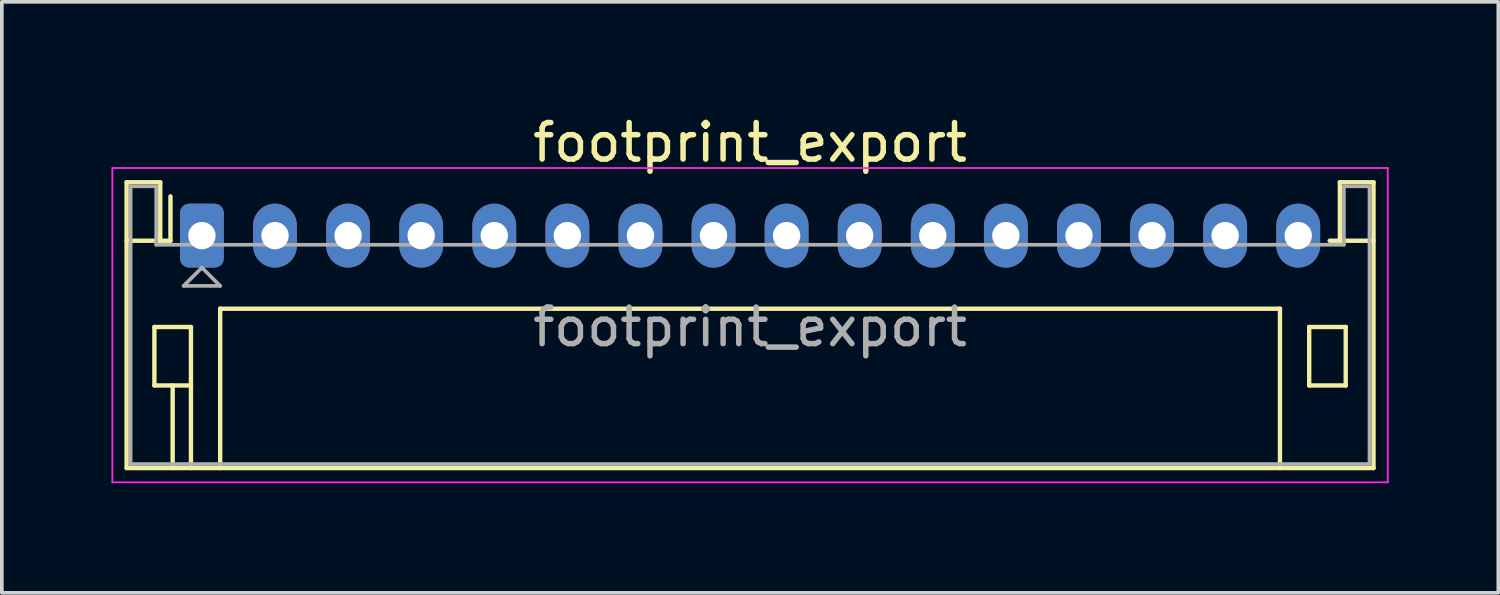
<source format=kicad_pcb>
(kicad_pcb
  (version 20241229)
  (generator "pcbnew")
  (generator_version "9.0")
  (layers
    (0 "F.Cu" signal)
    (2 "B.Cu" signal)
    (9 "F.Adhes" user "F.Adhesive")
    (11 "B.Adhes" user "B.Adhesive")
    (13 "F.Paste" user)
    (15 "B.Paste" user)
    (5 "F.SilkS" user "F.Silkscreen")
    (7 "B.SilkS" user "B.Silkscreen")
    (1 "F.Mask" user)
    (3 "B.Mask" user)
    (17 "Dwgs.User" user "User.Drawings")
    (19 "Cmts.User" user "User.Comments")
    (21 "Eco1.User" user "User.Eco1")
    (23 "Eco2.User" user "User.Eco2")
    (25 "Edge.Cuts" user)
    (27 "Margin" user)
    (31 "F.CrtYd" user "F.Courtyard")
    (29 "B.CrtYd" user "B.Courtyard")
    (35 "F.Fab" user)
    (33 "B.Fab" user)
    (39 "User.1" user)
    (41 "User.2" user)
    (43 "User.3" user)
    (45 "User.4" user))
  (footprint "footprint_export"
    (layer "F.Cu")
    (at 2.475 3.398)
    (property "Reference" "footprint_export" (at 15 -2.55 0) (layer "F.SilkS") (effects (font (size 1 1) (thickness 0.15))))
    (attr through_hole)
    (fp_line (start -2.06 -1.46) (end -2.06 6.36) (stroke (width 0.12) (type solid)) (layer "F.SilkS"))
    (fp_line (start -2.06 0.14) (end -1.14 0.14) (stroke (width 0.12) (type solid)) (layer "F.SilkS"))
    (fp_line (start -2.06 6.36) (end 32.06 6.36) (stroke (width 0.12) (type solid)) (layer "F.SilkS"))
    (fp_line (start -1.3 2.5) (end -1.3 4.1) (stroke (width 0.12) (type solid)) (layer "F.SilkS"))
    (fp_line (start -1.3 4.1) (end -0.3 4.1) (stroke (width 0.12) (type solid)) (layer "F.SilkS"))
    (fp_line (start -1.14 -1.46) (end -2.06 -1.46) (stroke (width 0.12) (type solid)) (layer "F.SilkS"))
    (fp_line (start -1.14 0.14) (end -1.14 -1.46) (stroke (width 0.12) (type solid)) (layer "F.SilkS"))
    (fp_line (start -0.86 0.14) (end -1.14 0.14) (stroke (width 0.12) (type solid)) (layer "F.SilkS"))
    (fp_line (start -0.86 0.14) (end -0.86 -1.075) (stroke (width 0.12) (type solid)) (layer "F.SilkS"))
    (fp_line (start -0.8 4.1) (end -0.8 6.36) (stroke (width 0.12) (type solid)) (layer "F.SilkS"))
    (fp_line (start -0.3 2.5) (end -1.3 2.5) (stroke (width 0.12) (type solid)) (layer "F.SilkS"))
    (fp_line (start -0.3 4.1) (end -0.3 2.5) (stroke (width 0.12) (type solid)) (layer "F.SilkS"))
    (fp_line (start -0.3 4.1) (end -0.3 6.36) (stroke (width 0.12) (type solid)) (layer "F.SilkS"))
    (fp_line (start 0.5 2) (end 29.5 2) (stroke (width 0.12) (type solid)) (layer "F.SilkS"))
    (fp_line (start 0.5 6.36) (end 0.5 2) (stroke (width 0.12) (type solid)) (layer "F.SilkS"))
    (fp_line (start 29.5 2) (end 29.5 6.36) (stroke (width 0.12) (type solid)) (layer "F.SilkS"))
    (fp_line (start 30.3 2.5) (end 31.3 2.5) (stroke (width 0.12) (type solid)) (layer "F.SilkS"))
    (fp_line (start 30.3 4.1) (end 30.3 2.5) (stroke (width 0.12) (type solid)) (layer "F.SilkS"))
    (fp_line (start 31.14 -1.46) (end 31.14 0.14) (stroke (width 0.12) (type solid)) (layer "F.SilkS"))
    (fp_line (start 31.14 0.14) (end 30.86 0.14) (stroke (width 0.12) (type solid)) (layer "F.SilkS"))
    (fp_line (start 31.3 2.5) (end 31.3 4.1) (stroke (width 0.12) (type solid)) (layer "F.SilkS"))
    (fp_line (start 31.3 4.1) (end 30.3 4.1) (stroke (width 0.12) (type solid)) (layer "F.SilkS"))
    (fp_line (start 32.06 -1.46) (end 31.14 -1.46) (stroke (width 0.12) (type solid)) (layer "F.SilkS"))
    (fp_line (start 32.06 0.14) (end 31.14 0.14) (stroke (width 0.12) (type solid)) (layer "F.SilkS"))
    (fp_line (start 32.06 6.36) (end 32.06 -1.46) (stroke (width 0.12) (type solid)) (layer "F.SilkS"))
    (fp_line (start -2.45 -1.85) (end -2.45 6.75) (stroke (width 0.05) (type solid)) (layer "F.CrtYd"))
    (fp_line (start -2.45 6.75) (end 32.45 6.75) (stroke (width 0.05) (type solid)) (layer "F.CrtYd"))
    (fp_line (start 32.45 -1.85) (end -2.45 -1.85) (stroke (width 0.05) (type solid)) (layer "F.CrtYd"))
    (fp_line (start 32.45 6.75) (end 32.45 -1.85) (stroke (width 0.05) (type solid)) (layer "F.CrtYd"))
    (fp_line (start -1.95 -1.35) (end -1.95 6.25) (stroke (width 0.1) (type solid)) (layer "F.Fab"))
    (fp_line (start -1.95 6.25) (end 31.95 6.25) (stroke (width 0.1) (type solid)) (layer "F.Fab"))
    (fp_line (start -1.25 -1.35) (end -1.95 -1.35) (stroke (width 0.1) (type solid)) (layer "F.Fab"))
    (fp_line (start -1.25 0.25) (end -1.25 -1.35) (stroke (width 0.1) (type solid)) (layer "F.Fab"))
    (fp_line (start -0.5 1.375) (end 0.5 1.375) (stroke (width 0.1) (type solid)) (layer "F.Fab"))
    (fp_line (start 0 0.875) (end -0.5 1.375) (stroke (width 0.1) (type solid)) (layer "F.Fab"))
    (fp_line (start 0.5 1.375) (end 0 0.875) (stroke (width 0.1) (type solid)) (layer "F.Fab"))
    (fp_line (start 31.25 -1.35) (end 31.25 0.25) (stroke (width 0.1) (type solid)) (layer "F.Fab"))
    (fp_line (start 31.25 0.25) (end -1.25 0.25) (stroke (width 0.1) (type solid)) (layer "F.Fab"))
    (fp_line (start 31.95 -1.35) (end 31.25 -1.35) (stroke (width 0.1) (type solid)) (layer "F.Fab"))
    (fp_line (start 31.95 6.25) (end 31.95 -1.35) (stroke (width 0.1) (type solid)) (layer "F.Fab"))
    (fp_text user "${REFERENCE}" (at 15 2.5 0) (layer "F.Fab") (effects (font (size 1 1) (thickness 0.15))))
    (pad "1" thru_hole roundrect (at 0 0) (size 1.2 1.75) (drill 0.75) (layers "*.Cu" "*.Mask") (roundrect_rratio 0.208))
    (pad "2" thru_hole oval (at 2 0) (size 1.2 1.75) (drill 0.75) (layers "*.Cu" "*.Mask"))
    (pad "3" thru_hole oval (at 4 0) (size 1.2 1.75) (drill 0.75) (layers "*.Cu" "*.Mask"))
    (pad "4" thru_hole oval (at 6 0) (size 1.2 1.75) (drill 0.75) (layers "*.Cu" "*.Mask"))
    (pad "5" thru_hole oval (at 8 0) (size 1.2 1.75) (drill 0.75) (layers "*.Cu" "*.Mask"))
    (pad "6" thru_hole oval (at 10 0) (size 1.2 1.75) (drill 0.75) (layers "*.Cu" "*.Mask"))
    (pad "7" thru_hole oval (at 12 0) (size 1.2 1.75) (drill 0.75) (layers "*.Cu" "*.Mask"))
    (pad "8" thru_hole oval (at 14 0) (size 1.2 1.75) (drill 0.75) (layers "*.Cu" "*.Mask"))
    (pad "9" thru_hole oval (at 16 0) (size 1.2 1.75) (drill 0.75) (layers "*.Cu" "*.Mask"))
    (pad "10" thru_hole oval (at 18 0) (size 1.2 1.75) (drill 0.75) (layers "*.Cu" "*.Mask"))
    (pad "11" thru_hole oval (at 20 0) (size 1.2 1.75) (drill 0.75) (layers "*.Cu" "*.Mask"))
    (pad "12" thru_hole oval (at 22 0) (size 1.2 1.75) (drill 0.75) (layers "*.Cu" "*.Mask"))
    (pad "13" thru_hole oval (at 24 0) (size 1.2 1.75) (drill 0.75) (layers "*.Cu" "*.Mask"))
    (pad "14" thru_hole oval (at 26 0) (size 1.2 1.75) (drill 0.75) (layers "*.Cu" "*.Mask"))
    (pad "15" thru_hole oval (at 28 0) (size 1.2 1.75) (drill 0.75) (layers "*.Cu" "*.Mask"))
    (pad "16" thru_hole oval (at 30 0) (size 1.2 1.75) (drill 0.75) (layers "*.Cu" "*.Mask")))
  (gr_rect
    (start -3 -3)
    (end 37.95 13.173)
    (stroke (width 0.1) (type default))
    (fill no)
    (layer "Edge.Cuts")))
</source>
